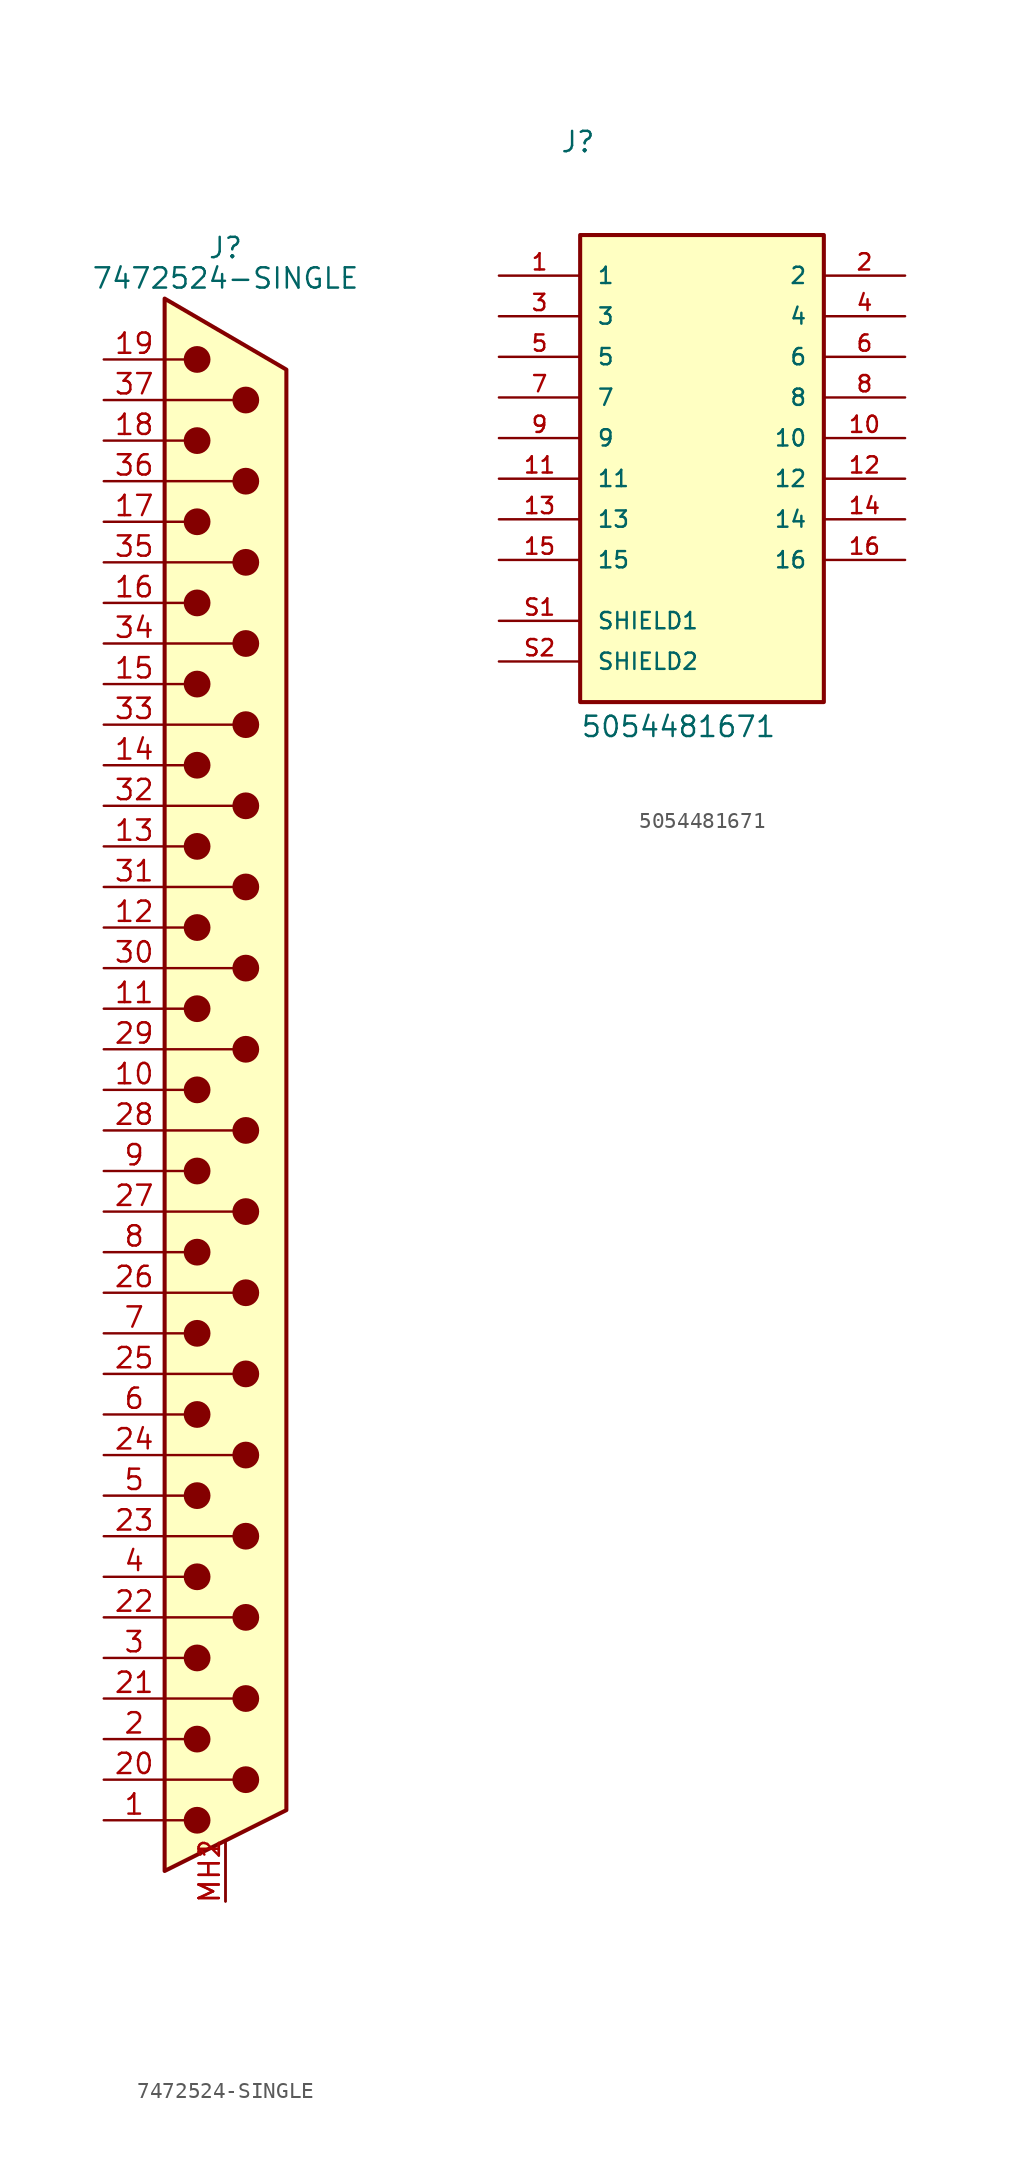
<source format=kicad_sym>
(kicad_symbol_lib
  (version 20231120)
  (generator "kicad_symbol_editor")
  (generator_version "8.0")
  (symbol "7472524-SINGLE"
    (pin_names
      (offset 1.016) hide)
    (property "Reference" "J"
      (at 0 52.705 0)
      (effects (font (size 1.27 1.27))))
    (property "Value" "7472524-SINGLE"
      (at 0 50.8 0)
      (effects (font (size 1.27 1.27))))
    (symbol "7472524-SINGLE_0_1"
      (circle (center -1.778 -45.72) (radius 0.762) (stroke (width 0) (type default)) (fill (type outline)))
      (circle (center -1.778 -40.64) (radius 0.762) (stroke (width 0) (type default)) (fill (type outline)))
      (circle (center -1.778 -35.56) (radius 0.762) (stroke (width 0) (type default)) (fill (type outline)))
      (circle (center -1.778 -30.48) (radius 0.762) (stroke (width 0) (type default)) (fill (type outline)))
      (circle (center -1.778 -25.4) (radius 0.762) (stroke (width 0) (type default)) (fill (type outline)))
      (circle (center -1.778 -20.32) (radius 0.762) (stroke (width 0) (type default)) (fill (type outline)))
      (circle (center -1.778 -15.24) (radius 0.762) (stroke (width 0) (type default)) (fill (type outline)))
      (circle (center -1.778 -10.16) (radius 0.762) (stroke (width 0) (type default)) (fill (type outline)))
      (circle (center -1.778 -5.08) (radius 0.762) (stroke (width 0) (type default)) (fill (type outline)))
      (circle (center -1.778 0) (radius 0.762) (stroke (width 0) (type default)) (fill (type outline)))
      (circle (center -1.778 5.08) (radius 0.762) (stroke (width 0) (type default)) (fill (type outline)))
      (circle (center -1.778 10.16) (radius 0.762) (stroke (width 0) (type default)) (fill (type outline)))
      (circle (center -1.778 15.24) (radius 0.762) (stroke (width 0) (type default)) (fill (type outline)))
      (circle (center -1.778 20.32) (radius 0.762) (stroke (width 0) (type default)) (fill (type outline)))
      (circle (center -1.778 25.4) (radius 0.762) (stroke (width 0) (type default)) (fill (type outline)))
      (circle (center -1.778 30.48) (radius 0.762) (stroke (width 0) (type default)) (fill (type outline)))
      (circle (center -1.778 35.56) (radius 0.762) (stroke (width 0) (type default)) (fill (type outline)))
      (circle (center -1.778 40.64) (radius 0.762) (stroke (width 0) (type default)) (fill (type outline)))
      (circle (center -1.778 45.72) (radius 0.762) (stroke (width 0) (type default)) (fill (type outline)))
      (polyline (pts (xy -3.81 -45.72) (xy -2.54 -45.72)) (stroke (width 0) (type default)) (fill (type none)))
      (polyline (pts (xy -3.81 -43.18) (xy 0.508 -43.18)) (stroke (width 0) (type default)) (fill (type none)))
      (polyline (pts (xy -3.81 -40.64) (xy -2.54 -40.64)) (stroke (width 0) (type default)) (fill (type none)))
      (polyline (pts (xy -3.81 -38.1) (xy 0.508 -38.1)) (stroke (width 0) (type default)) (fill (type none)))
      (polyline (pts (xy -3.81 -35.56) (xy -2.54 -35.56)) (stroke (width 0) (type default)) (fill (type none)))
      (polyline (pts (xy -3.81 -33.02) (xy 0.508 -33.02)) (stroke (width 0) (type default)) (fill (type none)))
      (polyline (pts (xy -3.81 -30.48) (xy -2.54 -30.48)) (stroke (width 0) (type default)) (fill (type none)))
      (polyline (pts (xy -3.81 -27.94) (xy 0.508 -27.94)) (stroke (width 0) (type default)) (fill (type none)))
      (polyline (pts (xy -3.81 -25.4) (xy -2.54 -25.4)) (stroke (width 0) (type default)) (fill (type none)))
      (polyline (pts (xy -3.81 -22.86) (xy 0.508 -22.86)) (stroke (width 0) (type default)) (fill (type none)))
      (polyline (pts (xy -3.81 -20.32) (xy -2.54 -20.32)) (stroke (width 0) (type default)) (fill (type none)))
      (polyline (pts (xy -3.81 -17.78) (xy 0.508 -17.78)) (stroke (width 0) (type default)) (fill (type none)))
      (polyline (pts (xy -3.81 -15.24) (xy -2.54 -15.24)) (stroke (width 0) (type default)) (fill (type none)))
      (polyline (pts (xy -3.81 -12.7) (xy 0.508 -12.7)) (stroke (width 0) (type default)) (fill (type none)))
      (polyline (pts (xy -3.81 -10.16) (xy -2.54 -10.16)) (stroke (width 0) (type default)) (fill (type none)))
      (polyline (pts (xy -3.81 -7.62) (xy 0.508 -7.62)) (stroke (width 0) (type default)) (fill (type none)))
      (polyline (pts (xy -3.81 -5.08) (xy -2.54 -5.08)) (stroke (width 0) (type default)) (fill (type none)))
      (polyline (pts (xy -3.81 -2.54) (xy 0.508 -2.54)) (stroke (width 0) (type default)) (fill (type none)))
      (polyline (pts (xy -3.81 0) (xy -2.54 0)) (stroke (width 0) (type default)) (fill (type none)))
      (polyline (pts (xy -3.81 2.54) (xy 0.508 2.54)) (stroke (width 0) (type default)) (fill (type none)))
      (polyline (pts (xy -3.81 5.08) (xy -2.54 5.08)) (stroke (width 0) (type default)) (fill (type none)))
      (polyline (pts (xy -3.81 7.62) (xy 0.508 7.62)) (stroke (width 0) (type default)) (fill (type none)))
      (polyline (pts (xy -3.81 10.16) (xy -2.54 10.16)) (stroke (width 0) (type default)) (fill (type none)))
      (polyline (pts (xy -3.81 12.7) (xy 0.508 12.7)) (stroke (width 0) (type default)) (fill (type none)))
      (polyline (pts (xy -3.81 15.24) (xy -2.54 15.24)) (stroke (width 0) (type default)) (fill (type none)))
      (polyline (pts (xy -3.81 17.78) (xy 0.508 17.78)) (stroke (width 0) (type default)) (fill (type none)))
      (polyline (pts (xy -3.81 20.32) (xy -2.54 20.32)) (stroke (width 0) (type default)) (fill (type none)))
      (polyline (pts (xy -3.81 22.86) (xy 0.508 22.86)) (stroke (width 0) (type default)) (fill (type none)))
      (polyline (pts (xy -3.81 25.4) (xy -2.54 25.4)) (stroke (width 0) (type default)) (fill (type none)))
      (polyline (pts (xy -3.81 27.94) (xy 0.508 27.94)) (stroke (width 0) (type default)) (fill (type none)))
      (polyline (pts (xy -3.81 30.48) (xy -2.54 30.48)) (stroke (width 0) (type default)) (fill (type none)))
      (polyline (pts (xy -3.81 33.02) (xy 0.508 33.02)) (stroke (width 0) (type default)) (fill (type none)))
      (polyline (pts (xy -3.81 35.56) (xy -2.54 35.56)) (stroke (width 0) (type default)) (fill (type none)))
      (polyline (pts (xy -3.81 38.1) (xy 0.508 38.1)) (stroke (width 0) (type default)) (fill (type none)))
      (polyline (pts (xy -3.81 40.64) (xy -2.54 40.64)) (stroke (width 0) (type default)) (fill (type none)))
      (polyline (pts (xy -3.81 43.18) (xy 0.508 43.18)) (stroke (width 0) (type default)) (fill (type none)))
      (polyline (pts (xy -3.81 45.72) (xy -2.54 45.72)) (stroke (width 0) (type default)) (fill (type none)))
      (polyline (pts (xy -3.81 49.53) (xy 3.81 45.085) (xy 3.81 -45.085) (xy -3.81 -48.895) (xy -3.81 49.53)) (stroke (width 0.254) (type default)) (fill (type background)))
      (circle (center 1.27 -43.18) (radius 0.762) (stroke (width 0) (type default)) (fill (type outline)))
      (circle (center 1.27 -38.1) (radius 0.762) (stroke (width 0) (type default)) (fill (type outline)))
      (circle (center 1.27 -33.02) (radius 0.762) (stroke (width 0) (type default)) (fill (type outline)))
      (circle (center 1.27 -27.94) (radius 0.762) (stroke (width 0) (type default)) (fill (type outline)))
      (circle (center 1.27 -22.86) (radius 0.762) (stroke (width 0) (type default)) (fill (type outline)))
      (circle (center 1.27 -17.78) (radius 0.762) (stroke (width 0) (type default)) (fill (type outline)))
      (circle (center 1.27 -12.7) (radius 0.762) (stroke (width 0) (type default)) (fill (type outline)))
      (circle (center 1.27 -7.62) (radius 0.762) (stroke (width 0) (type default)) (fill (type outline)))
      (circle (center 1.27 -2.54) (radius 0.762) (stroke (width 0) (type default)) (fill (type outline)))
      (circle (center 1.27 2.54) (radius 0.762) (stroke (width 0) (type default)) (fill (type outline)))
      (circle (center 1.27 7.62) (radius 0.762) (stroke (width 0) (type default)) (fill (type outline)))
      (circle (center 1.27 12.7) (radius 0.762) (stroke (width 0) (type default)) (fill (type outline)))
      (circle (center 1.27 17.78) (radius 0.762) (stroke (width 0) (type default)) (fill (type outline)))
      (circle (center 1.27 22.86) (radius 0.762) (stroke (width 0) (type default)) (fill (type outline)))
      (circle (center 1.27 27.94) (radius 0.762) (stroke (width 0) (type default)) (fill (type outline)))
      (circle (center 1.27 33.02) (radius 0.762) (stroke (width 0) (type default)) (fill (type outline)))
      (circle (center 1.27 38.1) (radius 0.762) (stroke (width 0) (type default)) (fill (type outline)))
      (circle (center 1.27 43.18) (radius 0.762) (stroke (width 0) (type default)) (fill (type outline))))
    (symbol "7472524-SINGLE_1_1"
      (pin passive line (at -7.62 -45.72 0) (length 3.81) (name "1" (effects (font (size 1.27 1.27)))) (number "1" (effects (font (size 1.27 1.27)))))
      (pin passive line (at -7.62 0 0) (length 3.81) (name "10" (effects (font (size 1.27 1.27)))) (number "10" (effects (font (size 1.27 1.27)))))
      (pin passive line (at -7.62 5.08 0) (length 3.81) (name "11" (effects (font (size 1.27 1.27)))) (number "11" (effects (font (size 1.27 1.27)))))
      (pin passive line (at -7.62 10.16 0) (length 3.81) (name "12" (effects (font (size 1.27 1.27)))) (number "12" (effects (font (size 1.27 1.27)))))
      (pin passive line (at -7.62 15.24 0) (length 3.81) (name "13" (effects (font (size 1.27 1.27)))) (number "13" (effects (font (size 1.27 1.27)))))
      (pin passive line (at -7.62 20.32 0) (length 3.81) (name "14" (effects (font (size 1.27 1.27)))) (number "14" (effects (font (size 1.27 1.27)))))
      (pin passive line (at -7.62 25.4 0) (length 3.81) (name "15" (effects (font (size 1.27 1.27)))) (number "15" (effects (font (size 1.27 1.27)))))
      (pin passive line (at -7.62 30.48 0) (length 3.81) (name "16" (effects (font (size 1.27 1.27)))) (number "16" (effects (font (size 1.27 1.27)))))
      (pin passive line (at -7.62 35.56 0) (length 3.81) (name "17" (effects (font (size 1.27 1.27)))) (number "17" (effects (font (size 1.27 1.27)))))
      (pin passive line (at -7.62 40.64 0) (length 3.81) (name "18" (effects (font (size 1.27 1.27)))) (number "18" (effects (font (size 1.27 1.27)))))
      (pin passive line (at -7.62 45.72 0) (length 3.81) (name "19" (effects (font (size 1.27 1.27)))) (number "19" (effects (font (size 1.27 1.27)))))
      (pin passive line (at -7.62 -40.64 0) (length 3.81) (name "2" (effects (font (size 1.27 1.27)))) (number "2" (effects (font (size 1.27 1.27)))))
      (pin passive line (at -7.62 -43.18 0) (length 3.81) (name "20" (effects (font (size 1.27 1.27)))) (number "20" (effects (font (size 1.27 1.27)))))
      (pin passive line (at -7.62 -38.1 0) (length 3.81) (name "21" (effects (font (size 1.27 1.27)))) (number "21" (effects (font (size 1.27 1.27)))))
      (pin passive line (at -7.62 -33.02 0) (length 3.81) (name "22" (effects (font (size 1.27 1.27)))) (number "22" (effects (font (size 1.27 1.27)))))
      (pin passive line (at -7.62 -27.94 0) (length 3.81) (name "23" (effects (font (size 1.27 1.27)))) (number "23" (effects (font (size 1.27 1.27)))))
      (pin passive line (at -7.62 -22.86 0) (length 3.81) (name "24" (effects (font (size 1.27 1.27)))) (number "24" (effects (font (size 1.27 1.27)))))
      (pin passive line (at -7.62 -17.78 0) (length 3.81) (name "25" (effects (font (size 1.27 1.27)))) (number "25" (effects (font (size 1.27 1.27)))))
      (pin passive line (at -7.62 -12.7 0) (length 3.81) (name "26" (effects (font (size 1.27 1.27)))) (number "26" (effects (font (size 1.27 1.27)))))
      (pin passive line (at -7.62 -7.62 0) (length 3.81) (name "27" (effects (font (size 1.27 1.27)))) (number "27" (effects (font (size 1.27 1.27)))))
      (pin passive line (at -7.62 -2.54 0) (length 3.81) (name "28" (effects (font (size 1.27 1.27)))) (number "28" (effects (font (size 1.27 1.27)))))
      (pin passive line (at -7.62 2.54 0) (length 3.81) (name "29" (effects (font (size 1.27 1.27)))) (number "29" (effects (font (size 1.27 1.27)))))
      (pin passive line (at -7.62 -35.56 0) (length 3.81) (name "3" (effects (font (size 1.27 1.27)))) (number "3" (effects (font (size 1.27 1.27)))))
      (pin passive line (at -7.62 7.62 0) (length 3.81) (name "30" (effects (font (size 1.27 1.27)))) (number "30" (effects (font (size 1.27 1.27)))))
      (pin passive line (at -7.62 12.7 0) (length 3.81) (name "31" (effects (font (size 1.27 1.27)))) (number "31" (effects (font (size 1.27 1.27)))))
      (pin passive line (at -7.62 17.78 0) (length 3.81) (name "32" (effects (font (size 1.27 1.27)))) (number "32" (effects (font (size 1.27 1.27)))))
      (pin passive line (at -7.62 22.86 0) (length 3.81) (name "33" (effects (font (size 1.27 1.27)))) (number "33" (effects (font (size 1.27 1.27)))))
      (pin passive line (at -7.62 27.94 0) (length 3.81) (name "34" (effects (font (size 1.27 1.27)))) (number "34" (effects (font (size 1.27 1.27)))))
      (pin passive line (at -7.62 33.02 0) (length 3.81) (name "35" (effects (font (size 1.27 1.27)))) (number "35" (effects (font (size 1.27 1.27)))))
      (pin passive line (at -7.62 38.1 0) (length 3.81) (name "36" (effects (font (size 1.27 1.27)))) (number "36" (effects (font (size 1.27 1.27)))))
      (pin passive line (at -7.62 43.18 0) (length 3.81) (name "37" (effects (font (size 1.27 1.27)))) (number "37" (effects (font (size 1.27 1.27)))))
      (pin passive line (at -7.62 -30.48 0) (length 3.81) (name "4" (effects (font (size 1.27 1.27)))) (number "4" (effects (font (size 1.27 1.27)))))
      (pin passive line (at -7.62 -25.4 0) (length 3.81) (name "5" (effects (font (size 1.27 1.27)))) (number "5" (effects (font (size 1.27 1.27)))))
      (pin passive line (at -7.62 -20.32 0) (length 3.81) (name "6" (effects (font (size 1.27 1.27)))) (number "6" (effects (font (size 1.27 1.27)))))
      (pin passive line (at -7.62 -15.24 0) (length 3.81) (name "7" (effects (font (size 1.27 1.27)))) (number "7" (effects (font (size 1.27 1.27)))))
      (pin passive line (at -7.62 -10.16 0) (length 3.81) (name "8" (effects (font (size 1.27 1.27)))) (number "8" (effects (font (size 1.27 1.27)))))
      (pin passive line (at -7.62 -5.08 0) (length 3.81) (name "9" (effects (font (size 1.27 1.27)))) (number "9" (effects (font (size 1.27 1.27)))))
      (pin passive line (at 0 -50.8 90) (length 3.81) (name "PAD" (effects (font (size 1.27 1.27)))) (number "MH1" (effects (font (size 1.27 1.27)))))
      (pin passive line (at 0 -50.8 90) (length 3.81) (name "PAD" (effects (font (size 1.27 1.27)))) (number "MH2" (effects (font (size 1.27 1.27)))))))
  (symbol "5054481671"
    (pin_names
      (offset 1.016))
    (property "Reference" "J"
      (at -7.62 16.51 0)
      (effects (font (size 1.27 1.27)) (justify left bottom)))
    (property "Value" "5054481671"
      (at -6.35 -20.066 0)
      (effects (font (size 1.27 1.27)) (justify left bottom)))
    (symbol "5054481671_0_0"
      (rectangle (start -6.35 11.43) (end 8.89 -17.78) (stroke (width 0.254) (type default)) (fill (type background)))
      (pin passive line (at -11.43 8.89 0) (length 5.08) (name "1" (effects (font (size 1.016 1.016)))) (number "1" (effects (font (size 1.016 1.016)))))
      (pin passive line (at 13.97 -1.27 180) (length 5.08) (name "10" (effects (font (size 1.016 1.016)))) (number "10" (effects (font (size 1.016 1.016)))))
      (pin passive line (at 13.97 8.89 180) (length 5.08) (name "2" (effects (font (size 1.016 1.016)))) (number "2" (effects (font (size 1.016 1.016)))))
      (pin passive line (at -11.43 6.35 0) (length 5.08) (name "3" (effects (font (size 1.016 1.016)))) (number "3" (effects (font (size 1.016 1.016)))))
      (pin passive line (at 13.97 6.35 180) (length 5.08) (name "4" (effects (font (size 1.016 1.016)))) (number "4" (effects (font (size 1.016 1.016)))))
      (pin passive line (at -11.43 3.81 0) (length 5.08) (name "5" (effects (font (size 1.016 1.016)))) (number "5" (effects (font (size 1.016 1.016)))))
      (pin passive line (at 13.97 3.81 180) (length 5.08) (name "6" (effects (font (size 1.016 1.016)))) (number "6" (effects (font (size 1.016 1.016)))))
      (pin passive line (at -11.43 1.27 0) (length 5.08) (name "7" (effects (font (size 1.016 1.016)))) (number "7" (effects (font (size 1.016 1.016)))))
      (pin passive line (at 13.97 1.27 180) (length 5.08) (name "8" (effects (font (size 1.016 1.016)))) (number "8" (effects (font (size 1.016 1.016)))))
      (pin passive line (at -11.43 -1.27 0) (length 5.08) (name "9" (effects (font (size 1.016 1.016)))) (number "9" (effects (font (size 1.016 1.016)))))
      (pin passive line (at -11.43 -12.7 0) (length 5.08) (name "SHIELD1" (effects (font (size 1.016 1.016)))) (number "S1" (effects (font (size 1.016 1.016)))))
      (pin passive line (at -11.43 -15.24 0) (length 5.08) (name "SHIELD2" (effects (font (size 1.016 1.016)))) (number "S2" (effects (font (size 1.016 1.016))))))
    (symbol "5054481671_1_0"
      (pin passive line (at -11.43 -3.81 0) (length 5.08) (name "11" (effects (font (size 1.016 1.016)))) (number "11" (effects (font (size 1.016 1.016)))))
      (pin passive line (at 13.97 -3.81 180) (length 5.08) (name "12" (effects (font (size 1.016 1.016)))) (number "12" (effects (font (size 1.016 1.016)))))
      (pin passive line (at -11.43 -6.35 0) (length 5.08) (name "13" (effects (font (size 1.016 1.016)))) (number "13" (effects (font (size 1.016 1.016)))))
      (pin passive line (at 13.97 -6.35 180) (length 5.08) (name "14" (effects (font (size 1.016 1.016)))) (number "14" (effects (font (size 1.016 1.016)))))
      (pin passive line (at -11.43 -8.89 0) (length 5.08) (name "15" (effects (font (size 1.016 1.016)))) (number "15" (effects (font (size 1.016 1.016)))))
      (pin passive line (at 13.97 -8.89 180) (length 5.08) (name "16" (effects (font (size 1.016 1.016)))) (number "16" (effects (font (size 1.016 1.016))))))))
</source>
